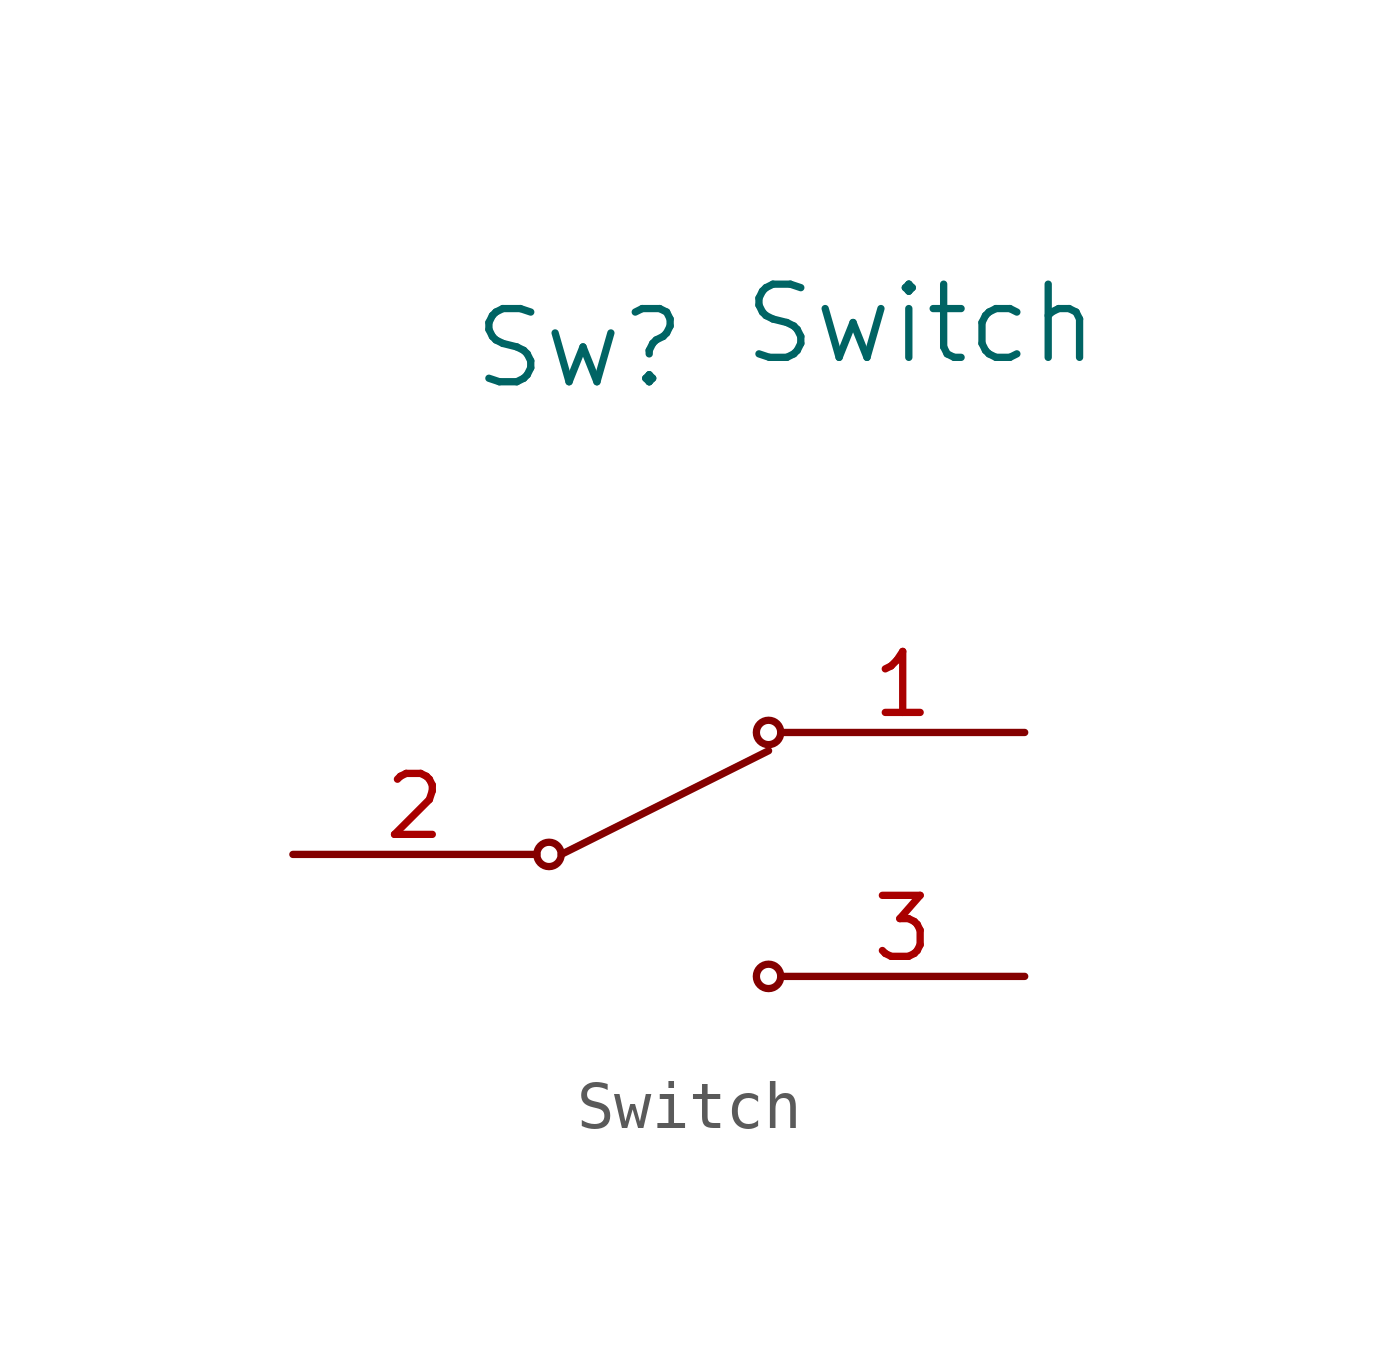
<source format=kicad_sym>
(kicad_symbol_lib
  (version 20211014)
  (generator kicad_symbol_editor)
  (symbol "Switch"
    (pin_names
      (offset 1.016))
    (property "Reference" "Sw"
      (at -1.651 10.541 0)
      (effects (font (size 1.524 1.524))))
    (property "Value" "Switch"
      (at 5.461 11.049 0)
      (effects (font (size 1.524 1.524))))
    (symbol "Switch_0_1"
      (circle (center -2.286 0) (radius 0.254) (stroke (width 0) (type default) (color 0 0 0 0)) (fill (type none)))
      (polyline (pts (xy -2.032 0) (xy 2.286 2.159)) (stroke (width 0) (type default) (color 0 0 0 0)) (fill (type none)))
      (circle (center 2.286 -2.54) (radius 0.254) (stroke (width 0) (type default) (color 0 0 0 0)) (fill (type none)))
      (circle (center 2.286 2.54) (radius 0.254) (stroke (width 0) (type default) (color 0 0 0 0)) (fill (type none))))
    (symbol "Switch_1_1"
      (pin input line (at 7.62 2.54 180) (length 5.08) (name "~" (effects (font (size 1.27 1.27)))) (number "1" (effects (font (size 1.27 1.27)))))
      (pin input line (at -7.62 0 0) (length 5.08) (name "~" (effects (font (size 1.27 1.27)))) (number "2" (effects (font (size 1.27 1.27)))))
      (pin input line (at 7.62 -2.54 180) (length 5.08) (name "~" (effects (font (size 1.27 1.27)))) (number "3" (effects (font (size 1.27 1.27))))))))
</source>
